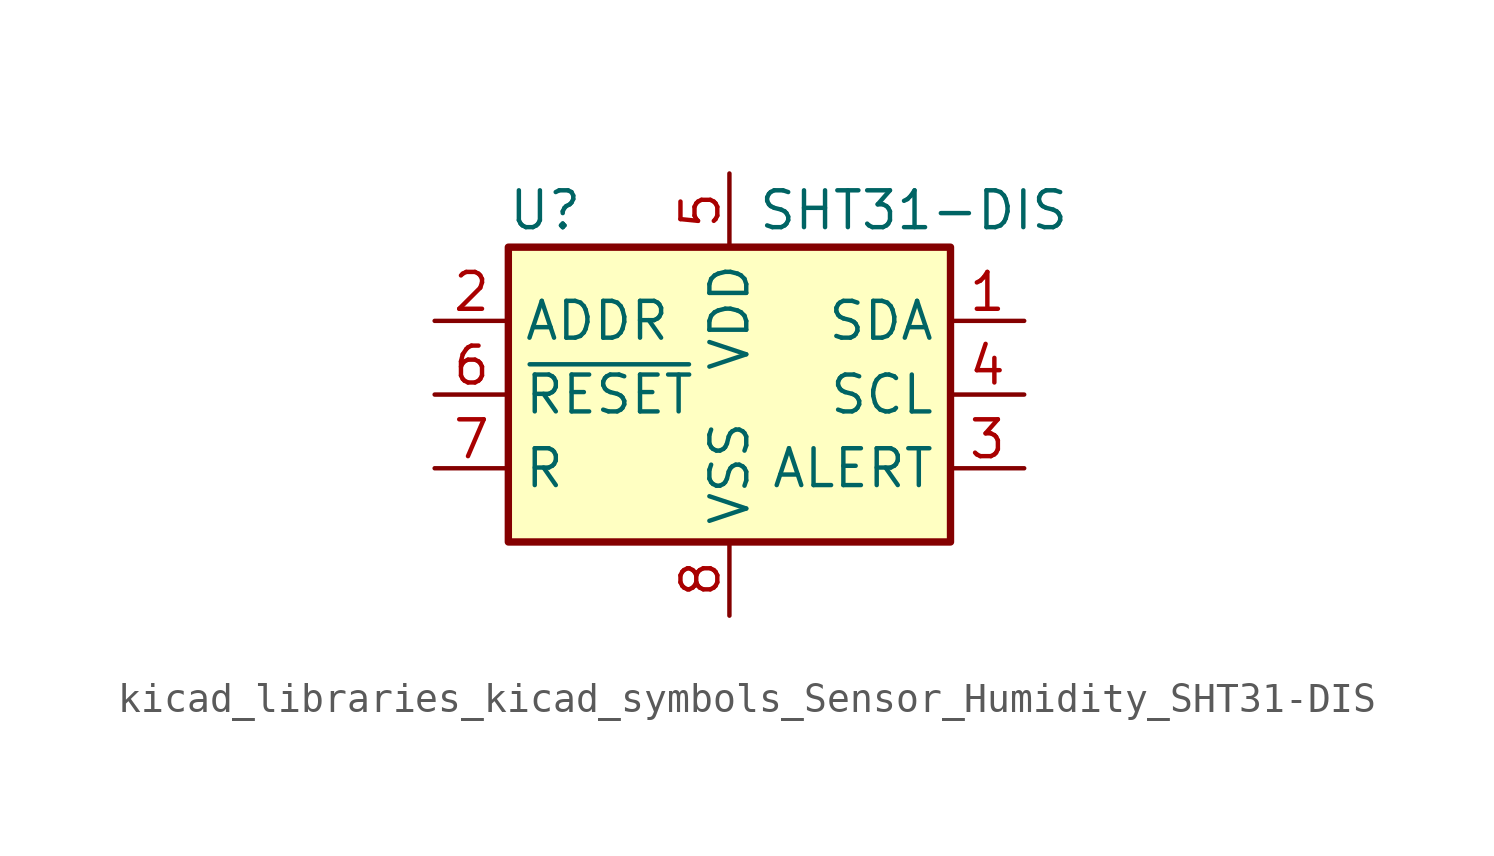
<source format=kicad_sym>
(kicad_symbol_lib
  (version 20220914)
  (generator kicad_symbol_editor)
  (symbol "kicad_libraries_kicad_symbols_Sensor_Humidity_SHT31-DIS"
    (property "Reference" "U"
      (at -6.35 6.35 0)
      (effects (font (size 1.27 1.27))))
    (property "Value" "SHT31-DIS"
      (at 6.35 6.35 0)
      (effects (font (size 1.27 1.27))))
    (symbol "kicad_libraries_kicad_symbols_Sensor_Humidity_SHT31-DIS_0_1"
      (rectangle (start -7.62 5.08) (end 7.62 -5.08) (stroke (width 0.254) (type default)) (fill (type background))))
    (symbol "kicad_libraries_kicad_symbols_Sensor_Humidity_SHT31-DIS_1_1"
      (pin bidirectional line (at 10.16 2.54 180) (length 2.54) (name "SDA" (effects (font (size 1.27 1.27)))) (number "1" (effects (font (size 1.27 1.27)))))
      (pin input line (at -10.16 2.54 0) (length 2.54) (name "ADDR" (effects (font (size 1.27 1.27)))) (number "2" (effects (font (size 1.27 1.27)))))
      (pin output line (at 10.16 -2.54 180) (length 2.54) (name "ALERT" (effects (font (size 1.27 1.27)))) (number "3" (effects (font (size 1.27 1.27)))))
      (pin input line (at 10.16 0 180) (length 2.54) (name "SCL" (effects (font (size 1.27 1.27)))) (number "4" (effects (font (size 1.27 1.27)))))
      (pin power_in line (at 0 7.62 270) (length 2.54) (name "VDD" (effects (font (size 1.27 1.27)))) (number "5" (effects (font (size 1.27 1.27)))))
      (pin input line (at -10.16 0 0) (length 2.54) (name "~{RESET}" (effects (font (size 1.27 1.27)))) (number "6" (effects (font (size 1.27 1.27)))))
      (pin passive line (at -10.16 -2.54 0) (length 2.54) (name "R" (effects (font (size 1.27 1.27)))) (number "7" (effects (font (size 1.27 1.27)))))
      (pin power_in line (at 0 -7.62 90) (length 2.54) (name "VSS" (effects (font (size 1.27 1.27)))) (number "8" (effects (font (size 1.27 1.27)))))
      (pin passive line (at 0 -7.62 90) (length 2.54) hide (name "VSS" (effects (font (size 1.27 1.27)))) (number "9" (effects (font (size 1.27 1.27))))))))
</source>
